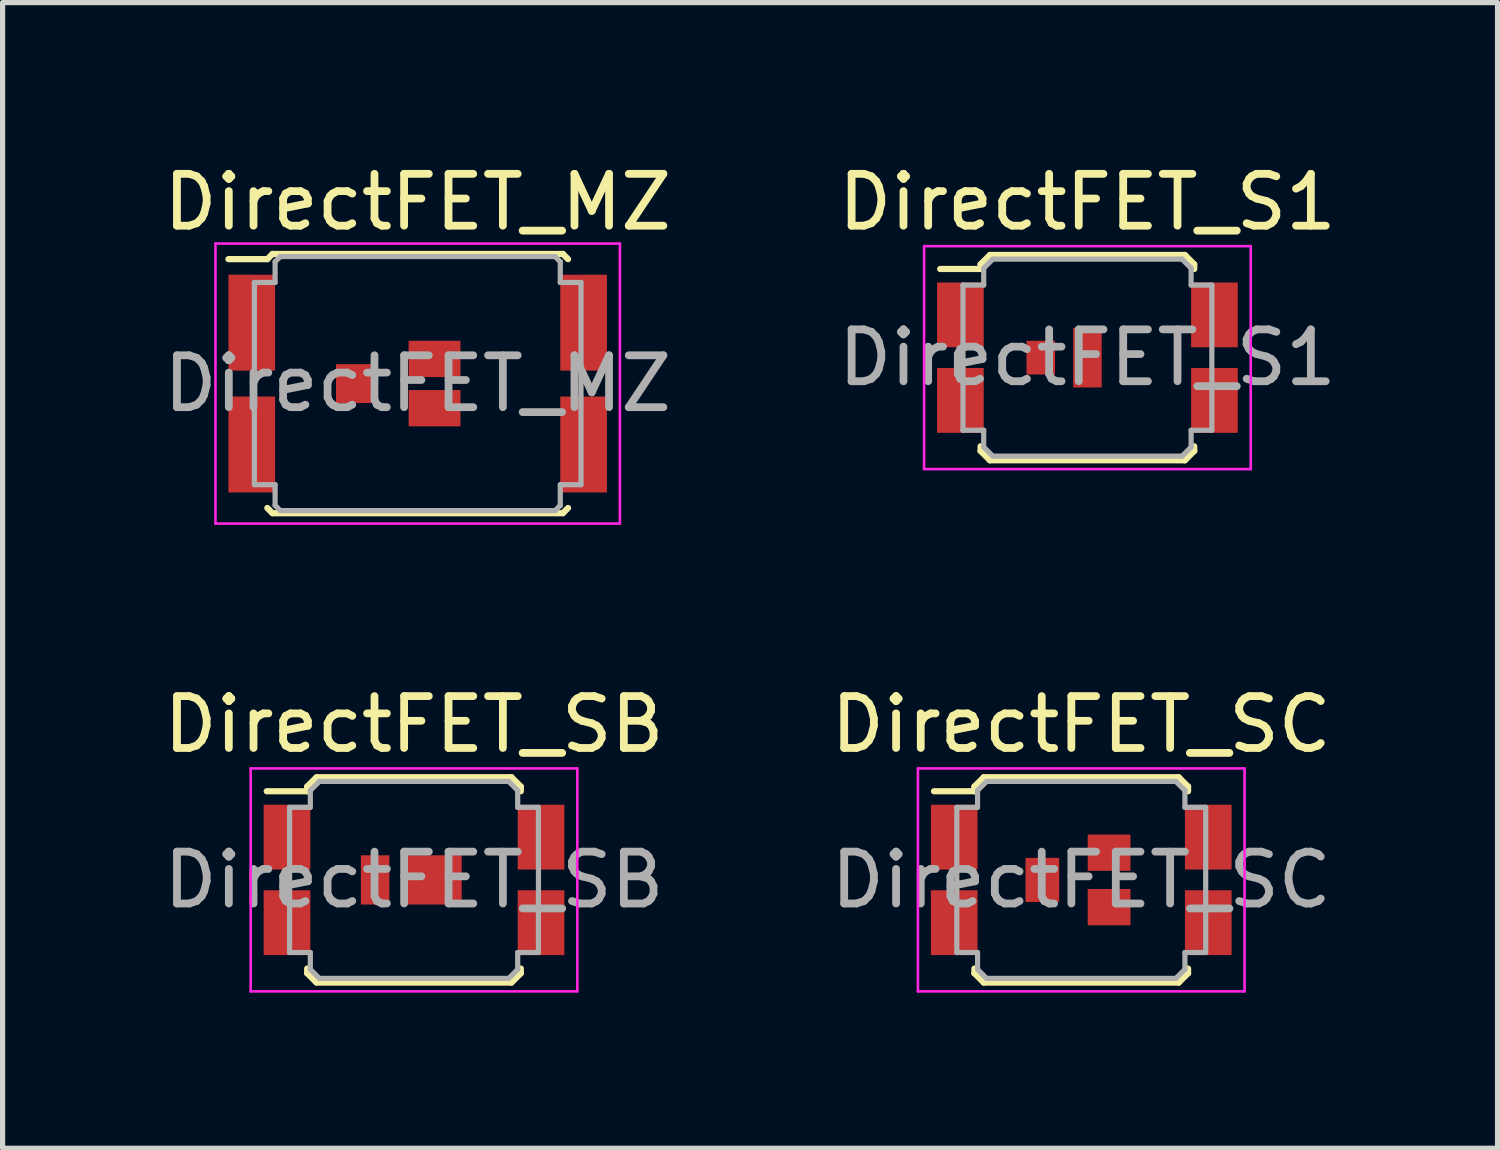
<source format=kicad_pcb>
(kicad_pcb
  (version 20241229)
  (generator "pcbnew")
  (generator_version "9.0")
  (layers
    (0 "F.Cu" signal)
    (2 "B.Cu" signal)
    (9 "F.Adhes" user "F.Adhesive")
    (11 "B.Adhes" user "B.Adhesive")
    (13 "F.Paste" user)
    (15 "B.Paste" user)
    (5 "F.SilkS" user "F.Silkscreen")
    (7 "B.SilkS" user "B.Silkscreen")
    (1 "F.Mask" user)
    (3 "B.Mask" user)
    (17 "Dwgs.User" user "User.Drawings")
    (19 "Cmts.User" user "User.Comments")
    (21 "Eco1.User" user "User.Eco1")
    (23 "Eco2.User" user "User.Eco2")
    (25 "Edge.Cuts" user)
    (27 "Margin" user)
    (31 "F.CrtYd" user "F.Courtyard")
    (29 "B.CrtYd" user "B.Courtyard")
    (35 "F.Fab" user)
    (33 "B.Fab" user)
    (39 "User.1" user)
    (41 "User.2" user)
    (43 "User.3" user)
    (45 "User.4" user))
  (footprint "DirectFET_SC"
    (layer "F.Cu")
    (at 17.804 13.921)
    (property "Reference" "DirectFET_SC" (at 0 -3 0) (layer "F.SilkS") (effects (font (size 1 1) (thickness 0.15))))
    (attr smd)
    (fp_line (start -2.84 -1.71) (end -2.06 -1.71) (stroke (width 0.12) (type solid)) (layer "F.SilkS"))
    (fp_line (start -2.06 -1.8) (end -1.88 -1.98) (stroke (width 0.12) (type solid)) (layer "F.SilkS"))
    (fp_line (start -2.06 -1.71) (end -2.06 -1.8) (stroke (width 0.12) (type solid)) (layer "F.SilkS"))
    (fp_line (start -2.06 1.71) (end -2.06 1.8) (stroke (width 0.12) (type solid)) (layer "F.SilkS"))
    (fp_line (start -2.06 1.8) (end -1.88 1.98) (stroke (width 0.12) (type solid)) (layer "F.SilkS"))
    (fp_line (start -1.88 -1.98) (end 1.88 -1.98) (stroke (width 0.12) (type solid)) (layer "F.SilkS"))
    (fp_line (start -1.88 1.98) (end 1.88 1.98) (stroke (width 0.12) (type solid)) (layer "F.SilkS"))
    (fp_line (start 2.06 -1.8) (end 1.88 -1.98) (stroke (width 0.12) (type solid)) (layer "F.SilkS"))
    (fp_line (start 2.06 -1.71) (end 2.06 -1.8) (stroke (width 0.12) (type solid)) (layer "F.SilkS"))
    (fp_line (start 2.06 1.71) (end 2.06 1.8) (stroke (width 0.12) (type solid)) (layer "F.SilkS"))
    (fp_line (start 2.06 1.8) (end 1.88 1.98) (stroke (width 0.12) (type solid)) (layer "F.SilkS"))
    (fp_line (start -3.15 -2.15) (end -3.15 2.15) (stroke (width 0.05) (type solid)) (layer "F.CrtYd"))
    (fp_line (start -3.15 -2.15) (end 3.15 -2.15) (stroke (width 0.05) (type solid)) (layer "F.CrtYd"))
    (fp_line (start -3.15 2.15) (end 3.15 2.15) (stroke (width 0.05) (type solid)) (layer "F.CrtYd"))
    (fp_line (start 3.15 -2.15) (end 3.15 2.15) (stroke (width 0.05) (type solid)) (layer "F.CrtYd"))
    (fp_line (start -2.4 -1.4) (end -2 -1.4) (stroke (width 0.1) (type solid)) (layer "F.Fab"))
    (fp_line (start -2.4 1.4) (end -2.4 -1.4) (stroke (width 0.1) (type solid)) (layer "F.Fab"))
    (fp_line (start -2.4 1.4) (end -2 1.4) (stroke (width 0.1) (type solid)) (layer "F.Fab"))
    (fp_line (start -2 -1.725) (end -1.825 -1.9) (stroke (width 0.1) (type solid)) (layer "F.Fab"))
    (fp_line (start -2 -1.4) (end -2 -1.725) (stroke (width 0.1) (type solid)) (layer "F.Fab"))
    (fp_line (start -2 1.4) (end -2 1.725) (stroke (width 0.1) (type solid)) (layer "F.Fab"))
    (fp_line (start -2 1.725) (end -1.825 1.9) (stroke (width 0.1) (type solid)) (layer "F.Fab"))
    (fp_line (start -1.825 -1.9) (end 1.825 -1.9) (stroke (width 0.1) (type solid)) (layer "F.Fab"))
    (fp_line (start -1.825 1.9) (end 1.825 1.9) (stroke (width 0.1) (type solid)) (layer "F.Fab"))
    (fp_line (start 1.825 -1.9) (end 2 -1.725) (stroke (width 0.1) (type solid)) (layer "F.Fab"))
    (fp_line (start 1.825 1.9) (end 2 1.725) (stroke (width 0.1) (type solid)) (layer "F.Fab"))
    (fp_line (start 2 -1.4) (end 2 -1.725) (stroke (width 0.1) (type solid)) (layer "F.Fab"))
    (fp_line (start 2 1.4) (end 2 1.725) (stroke (width 0.1) (type solid)) (layer "F.Fab"))
    (fp_line (start 2.4 -1.4) (end 2 -1.4) (stroke (width 0.1) (type solid)) (layer "F.Fab"))
    (fp_line (start 2.4 1.4) (end 2 1.4) (stroke (width 0.1) (type solid)) (layer "F.Fab"))
    (fp_line (start 2.4 1.4) (end 2.4 -1.4) (stroke (width 0.1) (type solid)) (layer "F.Fab"))
    (fp_text user "${REFERENCE}" (at 0 0 0) (layer "F.Fab") (effects (font (size 1 1) (thickness 0.15))))
    (pad "1" smd rect (at -2.45 -0.825) (size 0.9 1.25) (layers "F.Cu" "F.Mask" "F.Paste"))
    (pad "1" smd rect (at -2.45 0.825) (size 0.9 1.25) (layers "F.Cu" "F.Mask" "F.Paste"))
    (pad "1" smd rect (at 2.45 -0.825) (size 0.9 1.25) (layers "F.Cu" "F.Mask" "F.Paste"))
    (pad "1" smd rect (at 2.45 0.825) (size 0.9 1.25) (layers "F.Cu" "F.Mask" "F.Paste"))
    (pad "2" smd rect (at -0.75 0) (size 0.65 0.85) (layers "F.Cu" "F.Mask" "F.Paste"))
    (pad "3" smd rect (at 0.537 -0.525) (size 0.825 0.7) (layers "F.Cu" "F.Mask" "F.Paste"))
    (pad "3" smd rect (at 0.537 0.525) (size 0.825 0.7) (layers "F.Cu" "F.Mask" "F.Paste")))
  (footprint "DirectFET_MZ"
    (layer "F.Cu")
    (at 5.006 4.348)
    (property "Reference" "DirectFET_MZ" (at 0 -3.5 0) (layer "F.SilkS") (effects (font (size 1 1) (thickness 0.15))))
    (attr smd)
    (fp_line (start -3.65 -2.4) (end -2.9 -2.4) (stroke (width 0.12) (type solid)) (layer "F.SilkS"))
    (fp_line (start -2.9 -2.4) (end -2.8 -2.5) (stroke (width 0.12) (type solid)) (layer "F.SilkS"))
    (fp_line (start -2.8 -2.5) (end 2.8 -2.5) (stroke (width 0.12) (type solid)) (layer "F.SilkS"))
    (fp_line (start -2.8 2.5) (end -2.9 2.4) (stroke (width 0.12) (type solid)) (layer "F.SilkS"))
    (fp_line (start 2.8 -2.5) (end 2.9 -2.4) (stroke (width 0.12) (type solid)) (layer "F.SilkS"))
    (fp_line (start 2.8 2.5) (end -2.8 2.5) (stroke (width 0.12) (type solid)) (layer "F.SilkS"))
    (fp_line (start 2.9 2.4) (end 2.8 2.5) (stroke (width 0.12) (type solid)) (layer "F.SilkS"))
    (fp_line (start -3.9 -2.7) (end -3.9 2.7) (stroke (width 0.05) (type solid)) (layer "F.CrtYd"))
    (fp_line (start -3.9 2.7) (end 3.9 2.7) (stroke (width 0.05) (type solid)) (layer "F.CrtYd"))
    (fp_line (start 3.9 -2.7) (end -3.9 -2.7) (stroke (width 0.05) (type solid)) (layer "F.CrtYd"))
    (fp_line (start 3.9 2.7) (end 3.9 -2.7) (stroke (width 0.05) (type solid)) (layer "F.CrtYd"))
    (fp_line (start -3.15 -1.95) (end -2.75 -1.95) (stroke (width 0.1) (type solid)) (layer "F.Fab"))
    (fp_line (start -3.15 1.95) (end -3.15 -1.95) (stroke (width 0.1) (type solid)) (layer "F.Fab"))
    (fp_line (start -3.15 1.95) (end -2.75 1.95) (stroke (width 0.1) (type solid)) (layer "F.Fab"))
    (fp_line (start -2.75 -2.35) (end -2.65 -2.45) (stroke (width 0.1) (type solid)) (layer "F.Fab"))
    (fp_line (start -2.75 -1.95) (end -2.75 -2.35) (stroke (width 0.1) (type solid)) (layer "F.Fab"))
    (fp_line (start -2.75 1.95) (end -2.75 2.35) (stroke (width 0.1) (type solid)) (layer "F.Fab"))
    (fp_line (start -2.75 2.35) (end -2.65 2.45) (stroke (width 0.1) (type solid)) (layer "F.Fab"))
    (fp_line (start -2.65 2.45) (end 2.65 2.45) (stroke (width 0.1) (type solid)) (layer "F.Fab"))
    (fp_line (start 2.65 -2.45) (end -2.65 -2.45) (stroke (width 0.1) (type solid)) (layer "F.Fab"))
    (fp_line (start 2.65 -2.45) (end 2.75 -2.35) (stroke (width 0.1) (type solid)) (layer "F.Fab"))
    (fp_line (start 2.75 -2.35) (end 2.75 -1.95) (stroke (width 0.1) (type solid)) (layer "F.Fab"))
    (fp_line (start 2.75 -1.95) (end 3.15 -1.95) (stroke (width 0.1) (type solid)) (layer "F.Fab"))
    (fp_line (start 2.75 1.95) (end 2.75 2.35) (stroke (width 0.1) (type solid)) (layer "F.Fab"))
    (fp_line (start 2.75 2.35) (end 2.65 2.45) (stroke (width 0.1) (type solid)) (layer "F.Fab"))
    (fp_line (start 3.15 -1.95) (end 3.15 1.95) (stroke (width 0.1) (type solid)) (layer "F.Fab"))
    (fp_line (start 3.15 1.95) (end 2.75 1.95) (stroke (width 0.1) (type solid)) (layer "F.Fab"))
    (fp_text user "${REFERENCE}" (at 0 0 0) (layer "F.Fab") (effects (font (size 1 1) (thickness 0.15))))
    (pad "1" smd rect (at -3.2 -1.175) (size 0.9 1.85) (layers "F.Cu" "F.Mask" "F.Paste"))
    (pad "1" smd rect (at -3.2 1.175) (size 0.9 1.85) (layers "F.Cu" "F.Mask" "F.Paste"))
    (pad "1" smd rect (at 3.2 -1.175) (size 0.9 1.85) (layers "F.Cu" "F.Mask" "F.Paste"))
    (pad "1" smd rect (at 3.2 1.175) (size 0.9 1.85) (layers "F.Cu" "F.Mask" "F.Paste"))
    (pad "2" smd rect (at -1.2 0) (size 0.75 0.75) (layers "F.Cu" "F.Mask" "F.Paste"))
    (pad "3" smd rect (at 0.325 -0.475) (size 1 0.7) (layers "F.Cu" "F.Mask" "F.Paste"))
    (pad "3" smd rect (at 0.325 0.475) (size 1 0.7) (layers "F.Cu" "F.Mask" "F.Paste")))
  (footprint "DirectFET_SB"
    (layer "F.Cu")
    (at 4.935 13.921)
    (property "Reference" "DirectFET_SB" (at 0 -3 0) (layer "F.SilkS") (effects (font (size 1 1) (thickness 0.15))))
    (attr smd)
    (fp_line (start -2.84 -1.71) (end -2.06 -1.71) (stroke (width 0.12) (type solid)) (layer "F.SilkS"))
    (fp_line (start -2.06 -1.8) (end -1.88 -1.98) (stroke (width 0.12) (type solid)) (layer "F.SilkS"))
    (fp_line (start -2.06 -1.71) (end -2.06 -1.8) (stroke (width 0.12) (type solid)) (layer "F.SilkS"))
    (fp_line (start -2.06 1.71) (end -2.06 1.8) (stroke (width 0.12) (type solid)) (layer "F.SilkS"))
    (fp_line (start -2.06 1.8) (end -1.88 1.98) (stroke (width 0.12) (type solid)) (layer "F.SilkS"))
    (fp_line (start -1.88 -1.98) (end 1.88 -1.98) (stroke (width 0.12) (type solid)) (layer "F.SilkS"))
    (fp_line (start -1.88 1.98) (end 1.88 1.98) (stroke (width 0.12) (type solid)) (layer "F.SilkS"))
    (fp_line (start 2.06 -1.8) (end 1.88 -1.98) (stroke (width 0.12) (type solid)) (layer "F.SilkS"))
    (fp_line (start 2.06 -1.71) (end 2.06 -1.8) (stroke (width 0.12) (type solid)) (layer "F.SilkS"))
    (fp_line (start 2.06 1.71) (end 2.06 1.8) (stroke (width 0.12) (type solid)) (layer "F.SilkS"))
    (fp_line (start 2.06 1.8) (end 1.88 1.98) (stroke (width 0.12) (type solid)) (layer "F.SilkS"))
    (fp_line (start -3.15 -2.15) (end -3.15 2.15) (stroke (width 0.05) (type solid)) (layer "F.CrtYd"))
    (fp_line (start -3.15 -2.15) (end 3.15 -2.15) (stroke (width 0.05) (type solid)) (layer "F.CrtYd"))
    (fp_line (start -3.15 2.15) (end 3.15 2.15) (stroke (width 0.05) (type solid)) (layer "F.CrtYd"))
    (fp_line (start 3.15 -2.15) (end 3.15 2.15) (stroke (width 0.05) (type solid)) (layer "F.CrtYd"))
    (fp_line (start -2.4 -1.4) (end -2 -1.4) (stroke (width 0.1) (type solid)) (layer "F.Fab"))
    (fp_line (start -2.4 1.4) (end -2.4 -1.4) (stroke (width 0.1) (type solid)) (layer "F.Fab"))
    (fp_line (start -2.4 1.4) (end -2 1.4) (stroke (width 0.1) (type solid)) (layer "F.Fab"))
    (fp_line (start -2 -1.725) (end -1.825 -1.9) (stroke (width 0.1) (type solid)) (layer "F.Fab"))
    (fp_line (start -2 -1.4) (end -2 -1.725) (stroke (width 0.1) (type solid)) (layer "F.Fab"))
    (fp_line (start -2 1.4) (end -2 1.725) (stroke (width 0.1) (type solid)) (layer "F.Fab"))
    (fp_line (start -2 1.725) (end -1.825 1.9) (stroke (width 0.1) (type solid)) (layer "F.Fab"))
    (fp_line (start -1.825 -1.9) (end 1.825 -1.9) (stroke (width 0.1) (type solid)) (layer "F.Fab"))
    (fp_line (start -1.825 1.9) (end 1.825 1.9) (stroke (width 0.1) (type solid)) (layer "F.Fab"))
    (fp_line (start 1.825 -1.9) (end 2 -1.725) (stroke (width 0.1) (type solid)) (layer "F.Fab"))
    (fp_line (start 1.825 1.9) (end 2 1.725) (stroke (width 0.1) (type solid)) (layer "F.Fab"))
    (fp_line (start 2 -1.4) (end 2 -1.725) (stroke (width 0.1) (type solid)) (layer "F.Fab"))
    (fp_line (start 2 1.4) (end 2 1.725) (stroke (width 0.1) (type solid)) (layer "F.Fab"))
    (fp_line (start 2.4 -1.4) (end 2 -1.4) (stroke (width 0.1) (type solid)) (layer "F.Fab"))
    (fp_line (start 2.4 1.4) (end 2 1.4) (stroke (width 0.1) (type solid)) (layer "F.Fab"))
    (fp_line (start 2.4 1.4) (end 2.4 -1.4) (stroke (width 0.1) (type solid)) (layer "F.Fab"))
    (fp_text user "${REFERENCE}" (at 0 0 0) (layer "F.Fab") (effects (font (size 1 1) (thickness 0.15))))
    (pad "1" smd rect (at -2.45 -0.825) (size 0.9 1.25) (layers "F.Cu" "F.Mask" "F.Paste"))
    (pad "1" smd rect (at -2.45 0.825) (size 0.9 1.25) (layers "F.Cu" "F.Mask" "F.Paste"))
    (pad "1" smd rect (at 2.45 -0.825) (size 0.9 1.25) (layers "F.Cu" "F.Mask" "F.Paste"))
    (pad "1" smd rect (at 2.45 0.825) (size 0.9 1.25) (layers "F.Cu" "F.Mask" "F.Paste"))
    (pad "2" smd rect (at -0.75 0) (size 0.55 0.95) (layers "F.Cu" "F.Mask" "F.Paste"))
    (pad "3" smd rect (at 0.395 0) (size 1.05 0.95) (layers "F.Cu" "F.Mask" "F.Paste")))
  (footprint "DirectFET_S1"
    (layer "F.Cu")
    (at 17.923 3.848)
    (property "Reference" "DirectFET_S1" (at 0 -3 0) (layer "F.SilkS") (effects (font (size 1 1) (thickness 0.15))))
    (attr smd)
    (fp_line (start -2.84 -1.71) (end -2.06 -1.71) (stroke (width 0.12) (type solid)) (layer "F.SilkS"))
    (fp_line (start -2.06 -1.8) (end -1.88 -1.98) (stroke (width 0.12) (type solid)) (layer "F.SilkS"))
    (fp_line (start -2.06 -1.71) (end -2.06 -1.8) (stroke (width 0.12) (type solid)) (layer "F.SilkS"))
    (fp_line (start -2.06 1.71) (end -2.06 1.8) (stroke (width 0.12) (type solid)) (layer "F.SilkS"))
    (fp_line (start -2.06 1.8) (end -1.88 1.98) (stroke (width 0.12) (type solid)) (layer "F.SilkS"))
    (fp_line (start -1.88 -1.98) (end 1.88 -1.98) (stroke (width 0.12) (type solid)) (layer "F.SilkS"))
    (fp_line (start -1.88 1.98) (end 1.88 1.98) (stroke (width 0.12) (type solid)) (layer "F.SilkS"))
    (fp_line (start 2.06 -1.8) (end 1.88 -1.98) (stroke (width 0.12) (type solid)) (layer "F.SilkS"))
    (fp_line (start 2.06 -1.71) (end 2.06 -1.8) (stroke (width 0.12) (type solid)) (layer "F.SilkS"))
    (fp_line (start 2.06 1.71) (end 2.06 1.8) (stroke (width 0.12) (type solid)) (layer "F.SilkS"))
    (fp_line (start 2.06 1.8) (end 1.88 1.98) (stroke (width 0.12) (type solid)) (layer "F.SilkS"))
    (fp_line (start -3.15 -2.15) (end -3.15 2.15) (stroke (width 0.05) (type solid)) (layer "F.CrtYd"))
    (fp_line (start -3.15 -2.15) (end 3.15 -2.15) (stroke (width 0.05) (type solid)) (layer "F.CrtYd"))
    (fp_line (start -3.15 2.15) (end 3.15 2.15) (stroke (width 0.05) (type solid)) (layer "F.CrtYd"))
    (fp_line (start 3.15 -2.15) (end 3.15 2.15) (stroke (width 0.05) (type solid)) (layer "F.CrtYd"))
    (fp_line (start -2.4 -1.4) (end -2 -1.4) (stroke (width 0.1) (type solid)) (layer "F.Fab"))
    (fp_line (start -2.4 1.4) (end -2.4 -1.4) (stroke (width 0.1) (type solid)) (layer "F.Fab"))
    (fp_line (start -2.4 1.4) (end -2 1.4) (stroke (width 0.1) (type solid)) (layer "F.Fab"))
    (fp_line (start -2 -1.725) (end -1.825 -1.9) (stroke (width 0.1) (type solid)) (layer "F.Fab"))
    (fp_line (start -2 -1.4) (end -2 -1.725) (stroke (width 0.1) (type solid)) (layer "F.Fab"))
    (fp_line (start -2 1.4) (end -2 1.725) (stroke (width 0.1) (type solid)) (layer "F.Fab"))
    (fp_line (start -2 1.725) (end -1.825 1.9) (stroke (width 0.1) (type solid)) (layer "F.Fab"))
    (fp_line (start -1.825 -1.9) (end 1.825 -1.9) (stroke (width 0.1) (type solid)) (layer "F.Fab"))
    (fp_line (start -1.825 1.9) (end 1.825 1.9) (stroke (width 0.1) (type solid)) (layer "F.Fab"))
    (fp_line (start 1.825 -1.9) (end 2 -1.725) (stroke (width 0.1) (type solid)) (layer "F.Fab"))
    (fp_line (start 1.825 1.9) (end 2 1.725) (stroke (width 0.1) (type solid)) (layer "F.Fab"))
    (fp_line (start 2 -1.4) (end 2 -1.725) (stroke (width 0.1) (type solid)) (layer "F.Fab"))
    (fp_line (start 2 1.4) (end 2 1.725) (stroke (width 0.1) (type solid)) (layer "F.Fab"))
    (fp_line (start 2.4 -1.4) (end 2 -1.4) (stroke (width 0.1) (type solid)) (layer "F.Fab"))
    (fp_line (start 2.4 1.4) (end 2 1.4) (stroke (width 0.1) (type solid)) (layer "F.Fab"))
    (fp_line (start 2.4 1.4) (end 2.4 -1.4) (stroke (width 0.1) (type solid)) (layer "F.Fab"))
    (fp_text user "${REFERENCE}" (at 0 0 0) (layer "F.Fab") (effects (font (size 1 1) (thickness 0.15))))
    (pad "1" smd rect (at -2.45 -0.825) (size 0.9 1.25) (layers "F.Cu" "F.Mask" "F.Paste"))
    (pad "1" smd rect (at -2.45 0.825) (size 0.9 1.25) (layers "F.Cu" "F.Mask" "F.Paste"))
    (pad "1" smd rect (at 2.45 -0.825) (size 0.9 1.25) (layers "F.Cu" "F.Mask" "F.Paste"))
    (pad "1" smd rect (at 2.45 0.825) (size 0.9 1.25) (layers "F.Cu" "F.Mask" "F.Paste"))
    (pad "2" smd rect (at -0.9 0) (size 0.55 0.65) (layers "F.Cu" "F.Mask" "F.Paste"))
    (pad "3" smd rect (at 0 0) (size 0.55 1.15) (layers "F.Cu" "F.Mask" "F.Paste")))
  (gr_rect
    (start -3 -3)
    (end 25.833 19.096)
    (stroke (width 0.1) (type default))
    (fill no)
    (layer "Edge.Cuts")))
</source>
